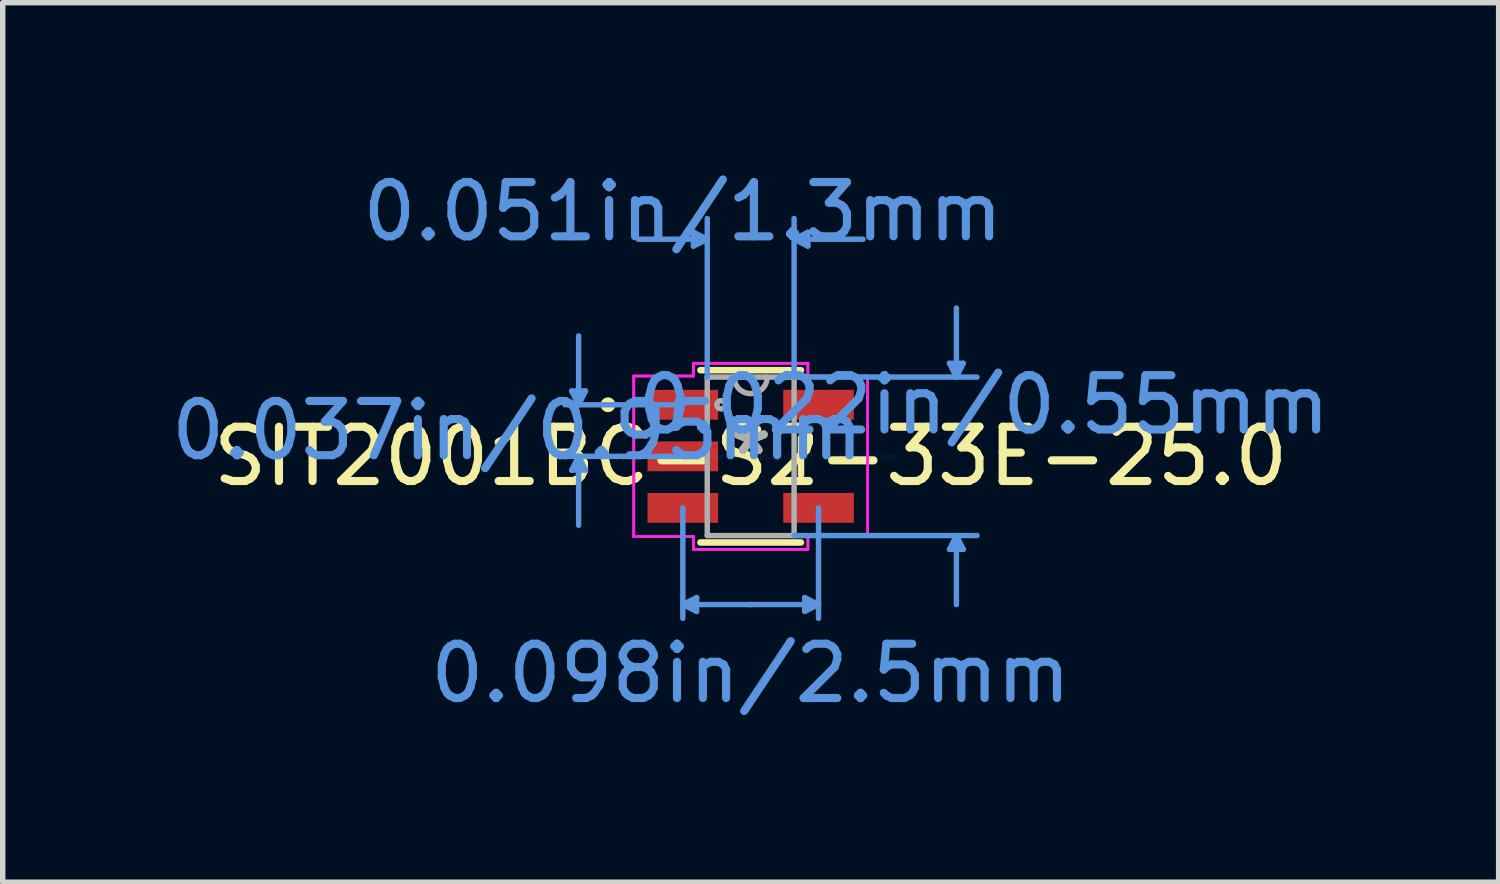
<source format=kicad_pcb>
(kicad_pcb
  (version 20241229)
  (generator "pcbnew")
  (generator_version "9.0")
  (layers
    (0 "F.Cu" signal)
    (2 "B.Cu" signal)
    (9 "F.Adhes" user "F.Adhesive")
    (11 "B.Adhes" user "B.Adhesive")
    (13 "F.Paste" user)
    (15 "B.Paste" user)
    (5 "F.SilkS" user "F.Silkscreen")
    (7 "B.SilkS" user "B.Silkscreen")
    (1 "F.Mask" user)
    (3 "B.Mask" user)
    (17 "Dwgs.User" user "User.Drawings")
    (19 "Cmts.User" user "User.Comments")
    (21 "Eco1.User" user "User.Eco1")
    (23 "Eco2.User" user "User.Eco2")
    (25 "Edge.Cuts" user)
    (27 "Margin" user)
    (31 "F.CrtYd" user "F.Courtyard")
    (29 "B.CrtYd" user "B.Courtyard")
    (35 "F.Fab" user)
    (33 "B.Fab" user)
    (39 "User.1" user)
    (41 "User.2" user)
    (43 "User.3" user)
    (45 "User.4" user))
  (footprint "SIT2001BC-S2-33E-25.0"
    (layer "F.Cu")
    (at 10.78 5.357)
    (property "Reference" "SIT2001BC-S2-33E-25.0" (at 0 0 0) (layer "F.SilkS") (effects (font (size 1 1) (thickness 0.15))))
    (attr through_hole)
    (fp_line (start -0.927 1.587) (end 0.927 1.587) (stroke (width 0.12) (type solid)) (layer "F.SilkS"))
    (fp_line (start 0.927 -1.587) (end -0.927 -1.587) (stroke (width 0.12) (type solid)) (layer "F.SilkS"))
    (fp_line (start 0.927 0.342) (end 0.927 -0.342) (stroke (width 0.12) (type solid)) (layer "F.SilkS"))
    (fp_circle (center -2.629 -0.95) (end -2.553 -0.95) (stroke (width 0.12) (type solid)) (fill no) (layer "F.SilkS"))
    (fp_line (start -3.297 -1.204) (end -3.17 -0.95) (stroke (width 0.1) (type solid)) (layer "Cmts.User"))
    (fp_line (start -3.297 0.254) (end -3.17 0) (stroke (width 0.1) (type solid)) (layer "Cmts.User"))
    (fp_line (start -3.17 -0.95) (end -3.17 -2.22) (stroke (width 0.1) (type solid)) (layer "Cmts.User"))
    (fp_line (start -3.17 -0.95) (end -3.043 -1.204) (stroke (width 0.1) (type solid)) (layer "Cmts.User"))
    (fp_line (start -3.17 0) (end -3.17 1.27) (stroke (width 0.1) (type solid)) (layer "Cmts.User"))
    (fp_line (start -3.17 0) (end -3.043 0.254) (stroke (width 0.1) (type solid)) (layer "Cmts.User"))
    (fp_line (start -3.043 -1.204) (end -3.297 -1.204) (stroke (width 0.1) (type solid)) (layer "Cmts.User"))
    (fp_line (start -3.043 0.254) (end -3.297 0.254) (stroke (width 0.1) (type solid)) (layer "Cmts.User"))
    (fp_line (start -1.25 -0.95) (end -3.424 -0.95) (stroke (width 0.1) (type solid)) (layer "Cmts.User"))
    (fp_line (start -1.25 0) (end -3.424 0) (stroke (width 0.1) (type solid)) (layer "Cmts.User"))
    (fp_line (start -1.25 0.95) (end -1.25 2.985) (stroke (width 0.1) (type solid)) (layer "Cmts.User"))
    (fp_line (start -1.25 2.731) (end -0.996 2.857) (stroke (width 0.1) (type solid)) (layer "Cmts.User"))
    (fp_line (start -1.25 2.731) (end 0.02 2.731) (stroke (width 0.1) (type solid)) (layer "Cmts.User"))
    (fp_line (start -1.054 -4.128) (end -1.054 -3.873) (stroke (width 0.1) (type solid)) (layer "Cmts.User"))
    (fp_line (start -0.996 2.603) (end -1.25 2.731) (stroke (width 0.1) (type solid)) (layer "Cmts.User"))
    (fp_line (start -0.996 2.857) (end -0.996 2.603) (stroke (width 0.1) (type solid)) (layer "Cmts.User"))
    (fp_line (start -0.8 -4) (end -2.07 -4) (stroke (width 0.1) (type solid)) (layer "Cmts.User"))
    (fp_line (start -0.8 -4) (end -1.054 -4.128) (stroke (width 0.1) (type solid)) (layer "Cmts.User"))
    (fp_line (start -0.8 -4) (end -1.054 -3.873) (stroke (width 0.1) (type solid)) (layer "Cmts.User"))
    (fp_line (start -0.8 -1.46) (end -0.8 -4.381) (stroke (width 0.1) (type solid)) (layer "Cmts.User"))
    (fp_line (start 0.8 -4) (end 1.054 -4.128) (stroke (width 0.1) (type solid)) (layer "Cmts.User"))
    (fp_line (start 0.8 -4) (end 1.054 -3.873) (stroke (width 0.1) (type solid)) (layer "Cmts.User"))
    (fp_line (start 0.8 -4) (end 2.07 -4) (stroke (width 0.1) (type solid)) (layer "Cmts.User"))
    (fp_line (start 0.8 -1.46) (end 0.8 -4.381) (stroke (width 0.1) (type solid)) (layer "Cmts.User"))
    (fp_line (start 0.8 -1.46) (end 4.171 -1.46) (stroke (width 0.1) (type solid)) (layer "Cmts.User"))
    (fp_line (start 0.8 1.46) (end 4.171 1.46) (stroke (width 0.1) (type solid)) (layer "Cmts.User"))
    (fp_line (start 0.996 2.603) (end 1.25 2.731) (stroke (width 0.1) (type solid)) (layer "Cmts.User"))
    (fp_line (start 0.996 2.857) (end 0.996 2.603) (stroke (width 0.1) (type solid)) (layer "Cmts.User"))
    (fp_line (start 1.054 -4.128) (end 1.054 -3.873) (stroke (width 0.1) (type solid)) (layer "Cmts.User"))
    (fp_line (start 1.25 0.95) (end 1.25 2.985) (stroke (width 0.1) (type solid)) (layer "Cmts.User"))
    (fp_line (start 1.25 2.731) (end -0.02 2.731) (stroke (width 0.1) (type solid)) (layer "Cmts.User"))
    (fp_line (start 1.25 2.731) (end 0.996 2.857) (stroke (width 0.1) (type solid)) (layer "Cmts.User"))
    (fp_line (start 3.663 -1.714) (end 3.917 -1.714) (stroke (width 0.1) (type solid)) (layer "Cmts.User"))
    (fp_line (start 3.663 1.714) (end 3.917 1.714) (stroke (width 0.1) (type solid)) (layer "Cmts.User"))
    (fp_line (start 3.79 -1.46) (end 3.663 -1.714) (stroke (width 0.1) (type solid)) (layer "Cmts.User"))
    (fp_line (start 3.79 -1.46) (end 3.79 -2.731) (stroke (width 0.1) (type solid)) (layer "Cmts.User"))
    (fp_line (start 3.79 -1.46) (end 3.917 -1.714) (stroke (width 0.1) (type solid)) (layer "Cmts.User"))
    (fp_line (start 3.79 1.46) (end 3.663 1.714) (stroke (width 0.1) (type solid)) (layer "Cmts.User"))
    (fp_line (start 3.79 1.46) (end 3.79 2.731) (stroke (width 0.1) (type solid)) (layer "Cmts.User"))
    (fp_line (start 3.79 1.46) (end 3.917 1.714) (stroke (width 0.1) (type solid)) (layer "Cmts.User"))
    (fp_line (start -2.154 -1.479) (end -1.054 -1.479) (stroke (width 0.05) (type solid)) (layer "F.CrtYd"))
    (fp_line (start -2.154 -1.479) (end -1.054 -1.479) (stroke (width 0.05) (type solid)) (layer "F.CrtYd"))
    (fp_line (start -2.154 1.479) (end -2.154 -1.479) (stroke (width 0.05) (type solid)) (layer "F.CrtYd"))
    (fp_line (start -2.154 1.479) (end -2.154 -1.479) (stroke (width 0.05) (type solid)) (layer "F.CrtYd"))
    (fp_line (start -2.154 1.479) (end -1.054 1.479) (stroke (width 0.05) (type solid)) (layer "F.CrtYd"))
    (fp_line (start -1.054 -1.714) (end 1.054 -1.714) (stroke (width 0.05) (type solid)) (layer "F.CrtYd"))
    (fp_line (start -1.054 -1.714) (end 1.054 -1.714) (stroke (width 0.05) (type solid)) (layer "F.CrtYd"))
    (fp_line (start -1.054 -1.479) (end -1.054 -1.714) (stroke (width 0.05) (type solid)) (layer "F.CrtYd"))
    (fp_line (start -1.054 -1.479) (end -1.054 -1.714) (stroke (width 0.05) (type solid)) (layer "F.CrtYd"))
    (fp_line (start -1.054 1.479) (end -2.154 1.479) (stroke (width 0.05) (type solid)) (layer "F.CrtYd"))
    (fp_line (start -1.054 1.714) (end -1.054 1.479) (stroke (width 0.05) (type solid)) (layer "F.CrtYd"))
    (fp_line (start -1.054 1.714) (end -1.054 1.479) (stroke (width 0.05) (type solid)) (layer "F.CrtYd"))
    (fp_line (start 1.054 -1.714) (end 1.054 -1.479) (stroke (width 0.05) (type solid)) (layer "F.CrtYd"))
    (fp_line (start 1.054 -1.714) (end 1.054 -1.479) (stroke (width 0.05) (type solid)) (layer "F.CrtYd"))
    (fp_line (start 1.054 -1.479) (end 2.154 -1.479) (stroke (width 0.05) (type solid)) (layer "F.CrtYd"))
    (fp_line (start 1.054 1.479) (end 1.054 1.714) (stroke (width 0.05) (type solid)) (layer "F.CrtYd"))
    (fp_line (start 1.054 1.479) (end 1.054 1.714) (stroke (width 0.05) (type solid)) (layer "F.CrtYd"))
    (fp_line (start 1.054 1.714) (end -1.054 1.714) (stroke (width 0.05) (type solid)) (layer "F.CrtYd"))
    (fp_line (start 1.054 1.714) (end -1.054 1.714) (stroke (width 0.05) (type solid)) (layer "F.CrtYd"))
    (fp_line (start 2.154 -1.479) (end 1.054 -1.479) (stroke (width 0.05) (type solid)) (layer "F.CrtYd"))
    (fp_line (start 2.154 -1.479) (end 2.154 1.479) (stroke (width 0.05) (type solid)) (layer "F.CrtYd"))
    (fp_line (start 2.154 -1.479) (end 2.154 1.479) (stroke (width 0.05) (type solid)) (layer "F.CrtYd"))
    (fp_line (start 2.154 1.479) (end 1.054 1.479) (stroke (width 0.05) (type solid)) (layer "F.CrtYd"))
    (fp_line (start 2.154 1.479) (end 1.054 1.479) (stroke (width 0.05) (type solid)) (layer "F.CrtYd"))
    (fp_line (start -0.8 -1.46) (end -0.8 1.46) (stroke (width 0.1) (type solid)) (layer "F.Fab"))
    (fp_line (start -0.8 1.46) (end 0.8 1.46) (stroke (width 0.1) (type solid)) (layer "F.Fab"))
    (fp_line (start 0.8 -1.46) (end -0.8 -1.46) (stroke (width 0.1) (type solid)) (layer "F.Fab"))
    (fp_line (start 0.8 1.46) (end 0.8 -1.46) (stroke (width 0.1) (type solid)) (layer "F.Fab"))
    (fp_arc (start 0.3048 -1.4605) (mid 0 -1.1557) (end -0.3048 -1.4605) (stroke (width 0.1) (type solid)) (layer "F.Fab"))
    (fp_circle (center -0.546 -0.95) (end -0.47 -0.95) (stroke (width 0.1) (type solid)) (fill no) (layer "F.Fab"))
    (fp_text user "*" (at 0 0 0) (layer "F.SilkS") (effects (font (size 1 1) (thickness 0.15))))
    (fp_text user "Copyright 2021 Accelerated Designs. All rights reserved." (at 0 0 0) (layer "Cmts.User") (effects (font (size 0.127 0.127) (thickness 0.002))))
    (fp_text user "0.022in/0.55mm" (at 4.298 -0.95 0) (layer "Cmts.User") (effects (font (size 1 1) (thickness 0.15))))
    (fp_text user "0.051in/1.3mm" (at -1.25 -4.508 0) (layer "Cmts.User") (effects (font (size 1 1) (thickness 0.15))))
    (fp_text user "0.037in/0.95mm" (at -4.298 -0.475 0) (layer "Cmts.User") (effects (font (size 1 1) (thickness 0.15))))
    (fp_text user "0.098in/2.5mm" (at 0 3.998 0) (layer "Cmts.User") (effects (font (size 1 1) (thickness 0.15))))
    (fp_text user "*" (at 0 0 0) (layer "F.Fab") (effects (font (size 1 1) (thickness 0.15))))
    (pad "1" smd rect (at -1.25 -0.95) (size 1.3 0.55) (layers "F.Cu" "F.Mask" "F.Paste"))
    (pad "2" smd rect (at -1.25 0) (size 1.3 0.55) (layers "F.Cu" "F.Mask" "F.Paste"))
    (pad "3" smd rect (at -1.25 0.95) (size 1.3 0.55) (layers "F.Cu" "F.Mask" "F.Paste"))
    (pad "4" smd rect (at 1.25 0.95) (size 1.3 0.55) (layers "F.Cu" "F.Mask" "F.Paste"))
    (pad "5" smd rect (at 1.25 -0.95) (size 1.3 0.55) (layers "F.Cu" "F.Mask" "F.Paste")))
  (gr_rect
    (start -3 -3)
    (end 24.56 13.203)
    (stroke (width 0.1) (type default))
    (fill no)
    (layer "Edge.Cuts")))
</source>
